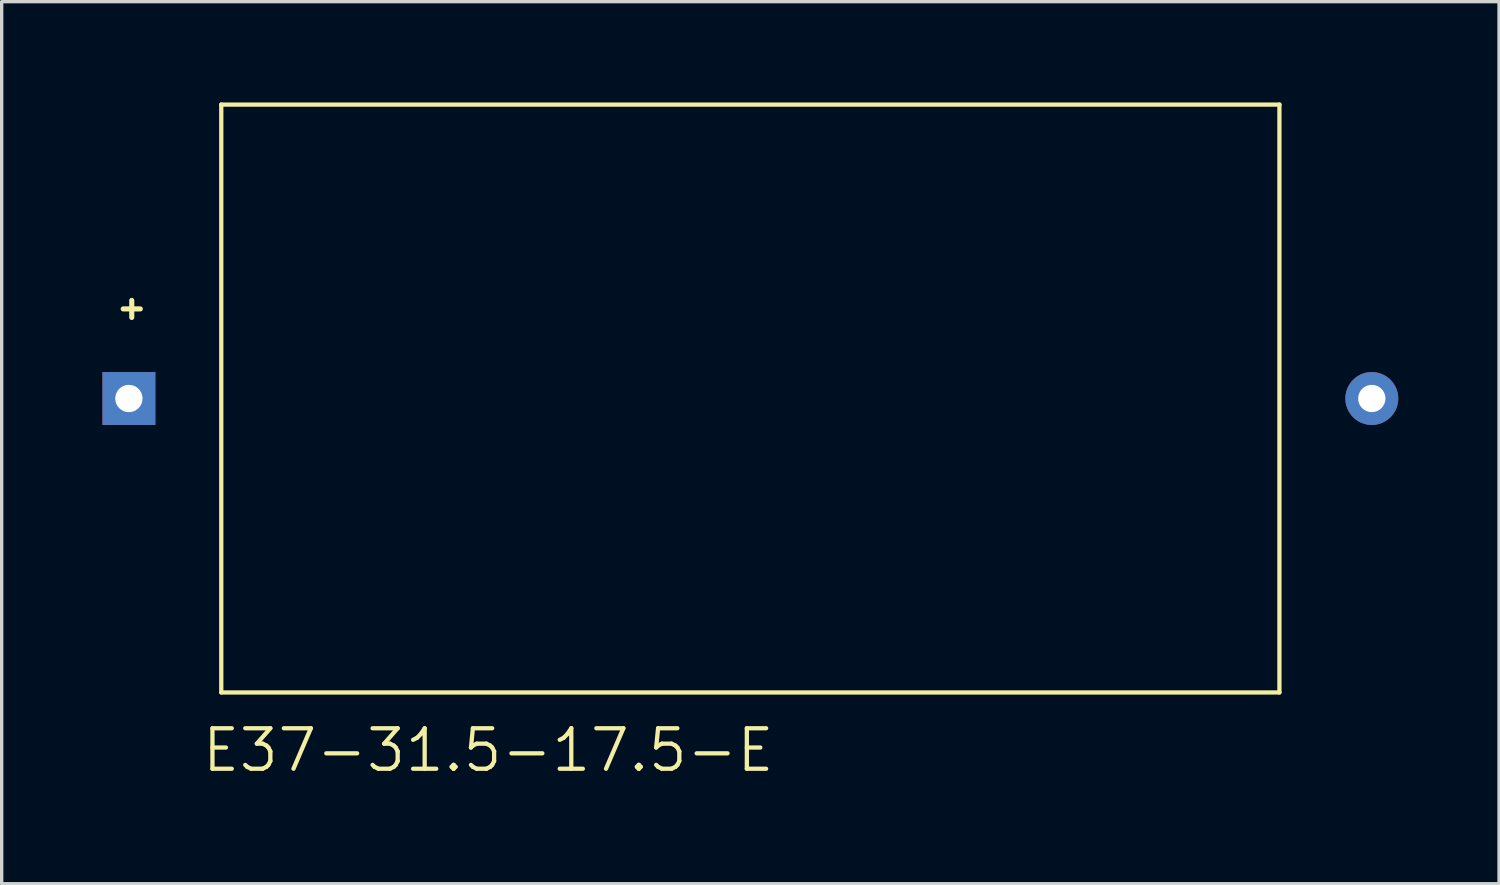
<source format=kicad_pcb>
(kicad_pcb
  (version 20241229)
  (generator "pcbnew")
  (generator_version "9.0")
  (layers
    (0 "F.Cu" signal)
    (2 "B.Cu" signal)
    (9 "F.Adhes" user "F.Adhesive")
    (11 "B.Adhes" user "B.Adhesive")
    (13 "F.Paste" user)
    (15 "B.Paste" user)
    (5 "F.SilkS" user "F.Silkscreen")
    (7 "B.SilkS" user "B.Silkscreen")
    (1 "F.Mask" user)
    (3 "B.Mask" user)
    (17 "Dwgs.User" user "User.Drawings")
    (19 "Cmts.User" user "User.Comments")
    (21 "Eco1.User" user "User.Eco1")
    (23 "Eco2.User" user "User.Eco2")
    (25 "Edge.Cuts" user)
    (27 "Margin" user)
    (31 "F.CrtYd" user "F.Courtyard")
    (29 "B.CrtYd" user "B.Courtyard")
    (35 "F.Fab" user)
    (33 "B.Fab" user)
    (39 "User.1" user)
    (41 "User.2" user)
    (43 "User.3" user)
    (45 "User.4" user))
  (footprint "E37-31.5-17.5-E"
    (layer "F.Cu")
    (at 19.287 8.813)
    (property "Reference" "E37-31.5-17.5-E" (at -16.383 11.176 0) (layer "F.SilkS") (effects (font (size 1.206 1.206) (thickness 0.127)) (justify left bottom)))
    (attr through_hole)
    (fp_line (start -18.415 -2.921) (end -18.415 -2.413) (stroke (width 0.152) (type solid)) (layer "F.SilkS"))
    (fp_line (start -18.161 -2.667) (end -18.669 -2.667) (stroke (width 0.152) (type solid)) (layer "F.SilkS"))
    (fp_line (start -15.75 -8.75) (end 15.75 -8.75) (stroke (width 0.127) (type solid)) (layer "F.SilkS"))
    (fp_line (start -15.75 8.75) (end -15.75 -8.75) (stroke (width 0.127) (type solid)) (layer "F.SilkS"))
    (fp_line (start 15.75 -8.75) (end 15.75 8.75) (stroke (width 0.127) (type solid)) (layer "F.SilkS"))
    (fp_line (start 15.75 8.75) (end -15.75 8.75) (stroke (width 0.127) (type solid)) (layer "F.SilkS"))
    (pad "+" thru_hole rect (at -18.5 0) (size 1.575 1.575) (drill 0.813) (layers "*.Cu" "*.Mask"))
    (pad "-" thru_hole circle (at 18.5 0) (size 1.575 1.575) (drill 0.813) (layers "*.Cu" "*.Mask")))
  (gr_rect
    (start -3 -3)
    (end 41.575 23.259)
    (stroke (width 0.1) (type default))
    (fill no)
    (layer "Edge.Cuts")))
</source>
